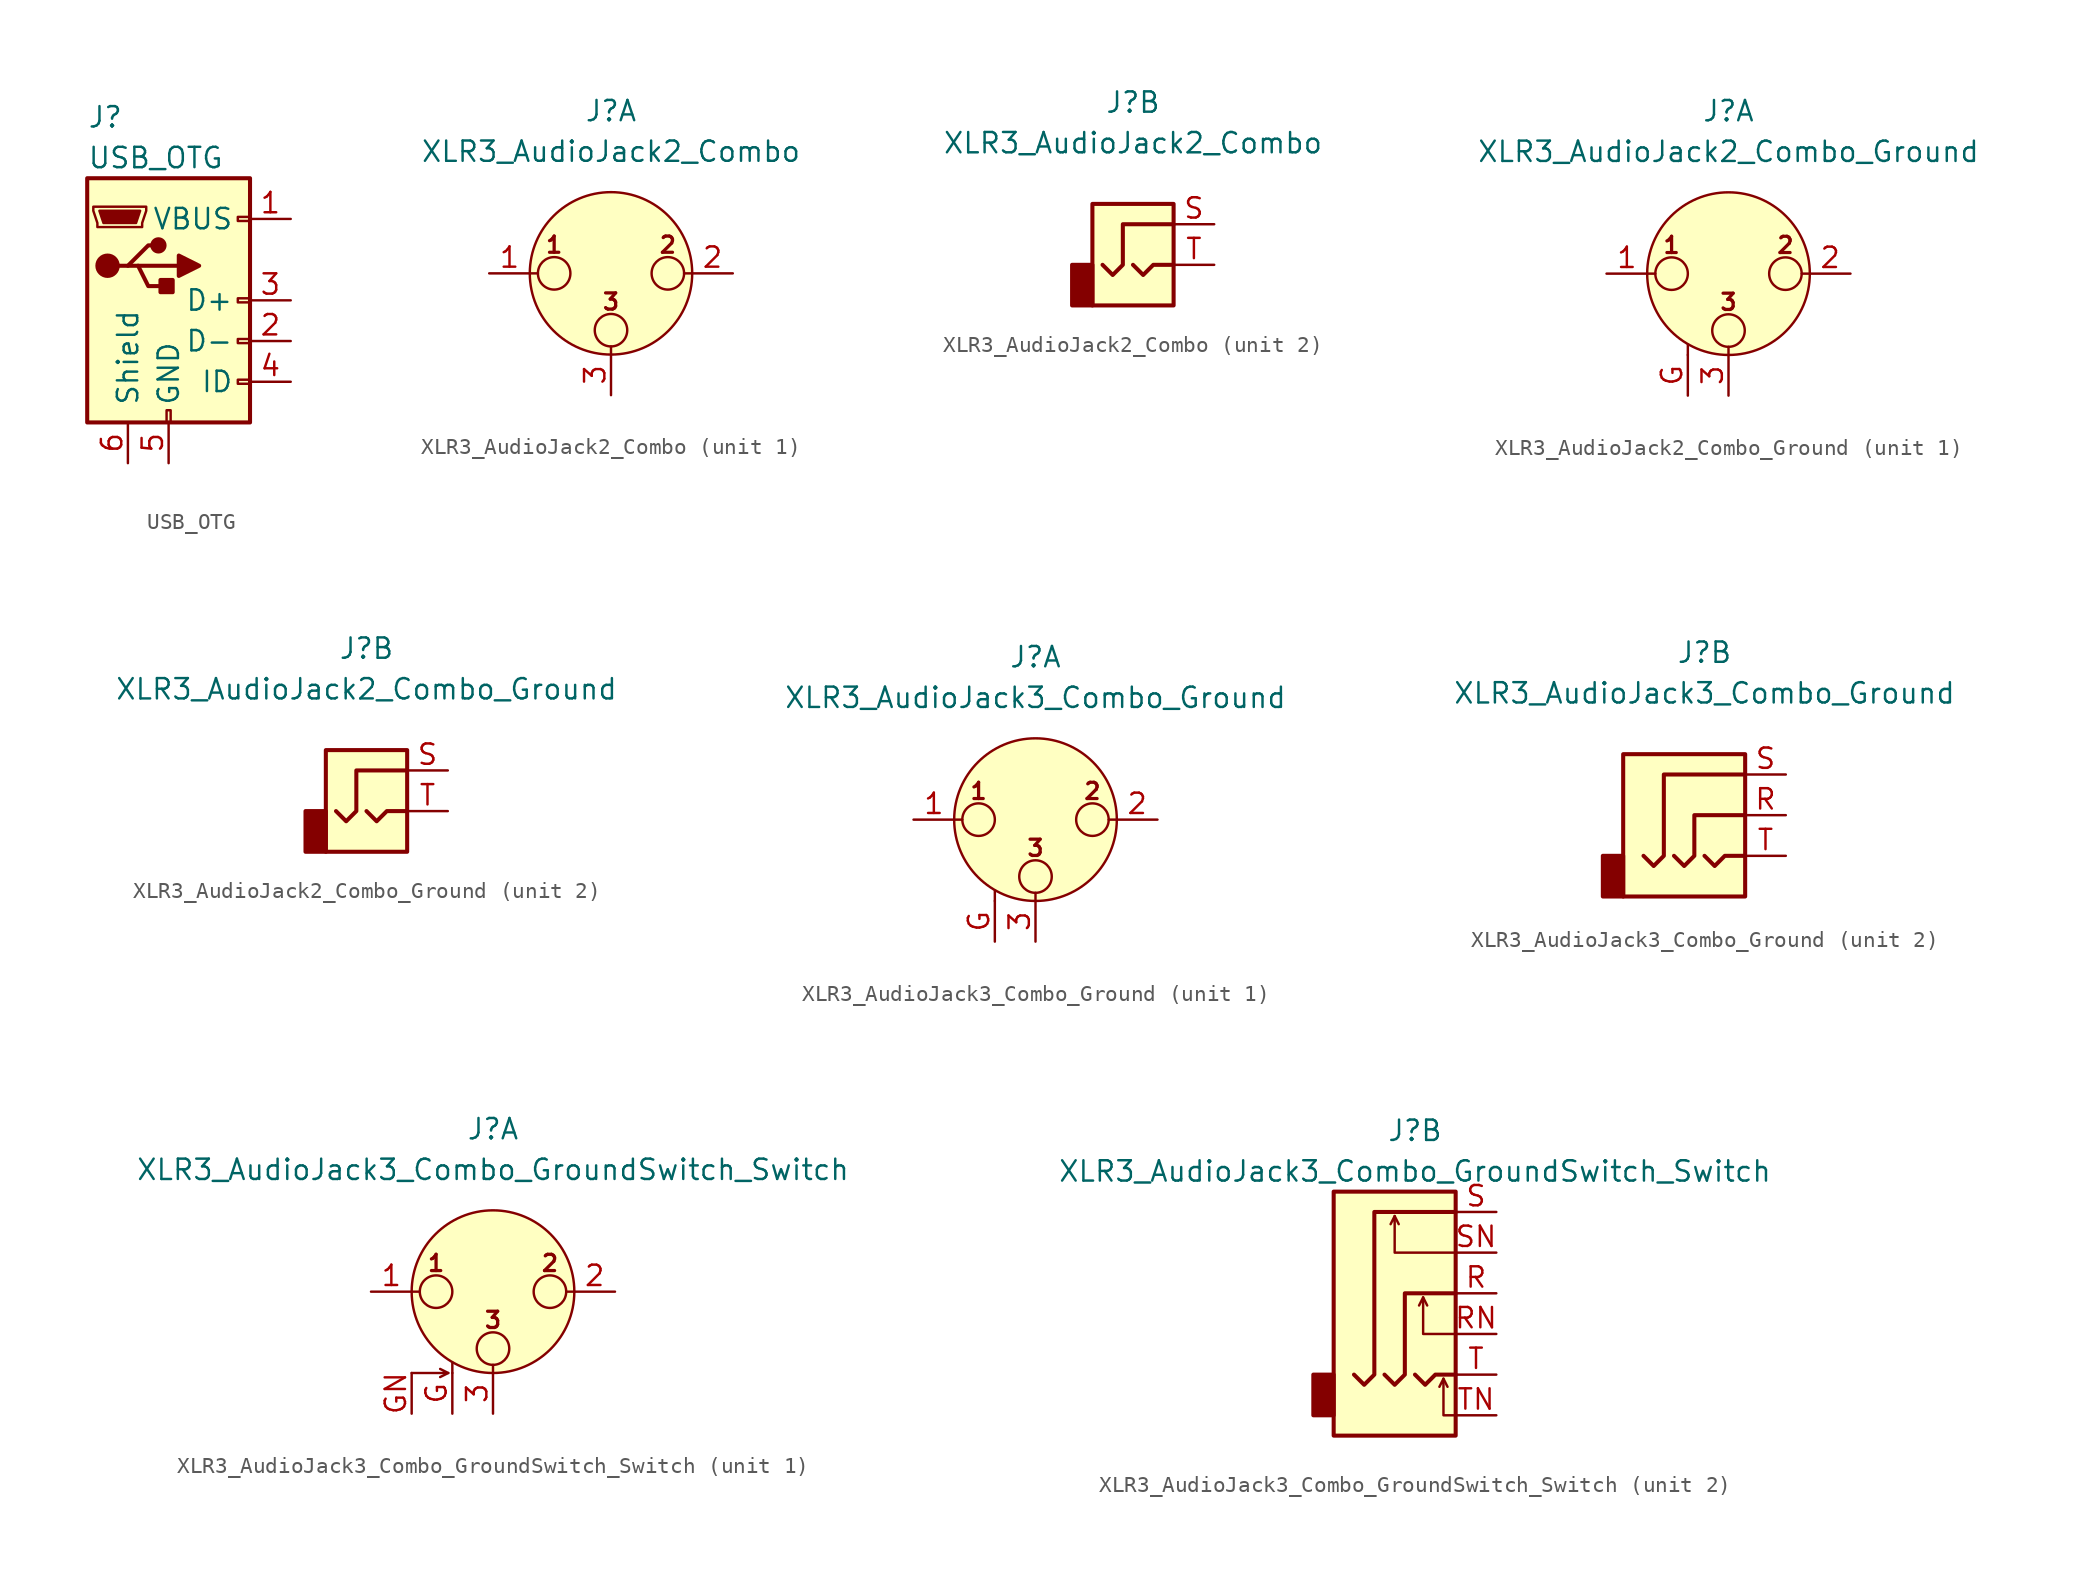
<source format=kicad_sym>
(kicad_symbol_lib
  (version 20210619)
  (generator kicad_symbol_editor)
  (symbol "Connector:USB_OTG"
    (pin_names
      (offset 1.016))
    (property "Reference" "J"
      (at -5.08 11.43 0)
      (effects (font (size 1.27 1.27)) (justify left)))
    (property "Value" "USB_OTG"
      (at -5.08 8.89 0)
      (effects (font (size 1.27 1.27)) (justify left)))
    (symbol "USB_OTG_0_1"
      (circle (center -3.81 2.159) (radius 0.635) (stroke (width 0.254)) (fill (type outline)))
      (circle (center -0.635 3.429) (radius 0.381) (stroke (width 0.254)) (fill (type outline)))
      (rectangle (start -0.127 -7.62) (end 0.127 -6.858) (stroke (width 0)) (fill (type none)))
      (rectangle (start 5.08 -5.207) (end 4.318 -4.953) (stroke (width 0)) (fill (type none)))
      (rectangle (start 5.08 -2.667) (end 4.318 -2.413) (stroke (width 0)) (fill (type none)))
      (rectangle (start 5.08 -0.127) (end 4.318 0.127) (stroke (width 0)) (fill (type none)))
      (rectangle (start 5.08 4.953) (end 4.318 5.207) (stroke (width 0)) (fill (type none)))
      (rectangle (start 0.254 1.27) (end -0.508 0.508) (stroke (width 0.254)) (fill (type outline)))
      (rectangle (start -5.08 -7.62) (end 5.08 7.62) (stroke (width 0.254)) (fill (type background)))
      (polyline (pts (xy -1.905 2.159) (xy 0.635 2.159)) (stroke (width 0.254)) (fill (type none)))
      (polyline (pts (xy -3.175 2.159) (xy -2.54 2.159) (xy -1.27 3.429) (xy -0.635 3.429)) (stroke (width 0.254)) (fill (type none)))
      (polyline (pts (xy -2.54 2.159) (xy -1.905 2.159) (xy -1.27 0.889) (xy 0 0.889)) (stroke (width 0.254)) (fill (type none)))
      (polyline (pts (xy -4.699 5.842) (xy -4.699 5.588) (xy -4.445 4.826) (xy -4.445 4.572) (xy -1.651 4.572) (xy -1.651 4.826) (xy -1.397 5.588) (xy -1.397 5.842) (xy -4.699 5.842)) (stroke (width 0)) (fill (type none)))
      (polyline (pts (xy 0.635 2.794) (xy 0.635 1.524) (xy 1.905 2.159) (xy 0.635 2.794)) (stroke (width 0.254)) (fill (type outline)))
      (polyline (pts (xy -4.318 5.588) (xy -1.778 5.588) (xy -2.032 4.826) (xy -4.064 4.826) (xy -4.318 5.588)) (stroke (width 0)) (fill (type outline))))
    (symbol "USB_OTG_1_1"
      (pin power_in line (at 7.62 5.08 180) (length 2.54) (name "VBUS" (effects (font (size 1.27 1.27)))) (number "1" (effects (font (size 1.27 1.27)))))
      (pin passive line (at 7.62 -2.54 180) (length 2.54) (name "D-" (effects (font (size 1.27 1.27)))) (number "2" (effects (font (size 1.27 1.27)))))
      (pin passive line (at 7.62 0 180) (length 2.54) (name "D+" (effects (font (size 1.27 1.27)))) (number "3" (effects (font (size 1.27 1.27)))))
      (pin passive line (at 7.62 -5.08 180) (length 2.54) (name "ID" (effects (font (size 1.27 1.27)))) (number "4" (effects (font (size 1.27 1.27)))))
      (pin power_in line (at 0 -10.16 90) (length 2.54) (name "GND" (effects (font (size 1.27 1.27)))) (number "5" (effects (font (size 1.27 1.27)))))
      (pin passive line (at -2.54 -10.16 90) (length 2.54) (name "Shield" (effects (font (size 1.27 1.27)))) (number "6" (effects (font (size 1.27 1.27)))))))
  (symbol "Connector:XLR3_AudioJack2_Combo"
    (pin_names hide)
    (property "Reference" "J"
      (at 0 10.16 0)
      (effects (font (size 1.27 1.27))))
    (property "Value" "XLR3_AudioJack2_Combo"
      (at 0 7.62 0)
      (effects (font (size 1.27 1.27))))
    (symbol "XLR3_AudioJack2_Combo_1_1"
      (circle (center -3.556 0) (radius 1.016) (stroke (width 0)) (fill (type none)))
      (circle (center 0 -3.556) (radius 1.016) (stroke (width 0)) (fill (type none)))
      (circle (center 3.556 0) (radius 1.016) (stroke (width 0)) (fill (type none)))
      (circle (center 0 0) (radius 5.08) (stroke (width 0)) (fill (type background)))
      (text "1" (at -3.556 1.778 0) (effects (font (size 1.016 1.016) bold)))
      (text "2" (at 3.556 1.778 0) (effects (font (size 1.016 1.016) bold)))
      (text "3" (at 0 -1.778 0) (effects (font (size 1.016 1.016) bold)))
      (polyline (pts (xy -5.08 0) (xy -4.572 0)) (stroke (width 0)) (fill (type none)))
      (polyline (pts (xy 0 -5.08) (xy 0 -4.572)) (stroke (width 0)) (fill (type none)))
      (polyline (pts (xy 5.08 0) (xy 4.572 0)) (stroke (width 0)) (fill (type none)))
      (pin passive line (at -7.62 0 0) (length 2.54) (name "~" (effects (font (size 1.27 1.27)))) (number "1" (effects (font (size 1.27 1.27)))))
      (pin passive line (at 7.62 0 180) (length 2.54) (name "~" (effects (font (size 1.27 1.27)))) (number "2" (effects (font (size 1.27 1.27)))))
      (pin passive line (at 0 -7.62 90) (length 2.54) (name "~" (effects (font (size 1.27 1.27)))) (number "3" (effects (font (size 1.27 1.27))))))
    (symbol "XLR3_AudioJack2_Combo_2_1"
      (rectangle (start -2.54 0) (end -3.81 -2.54) (stroke (width 0.254)) (fill (type outline)))
      (rectangle (start 2.54 3.81) (end -2.54 -2.54) (stroke (width 0.254)) (fill (type background)))
      (polyline (pts (xy 0 0) (xy 0.635 -0.635) (xy 1.27 0) (xy 2.54 0)) (stroke (width 0.254)) (fill (type none)))
      (polyline (pts (xy 2.54 2.54) (xy -0.635 2.54) (xy -0.635 0) (xy -1.27 -0.635) (xy -1.905 0)) (stroke (width 0.254)) (fill (type none)))
      (pin passive line (at 5.08 2.54 180) (length 2.54) (name "~" (effects (font (size 1.27 1.27)))) (number "S" (effects (font (size 1.27 1.27)))))
      (pin passive line (at 5.08 0 180) (length 2.54) (name "~" (effects (font (size 1.27 1.27)))) (number "T" (effects (font (size 1.27 1.27)))))))
  (symbol "Connector:XLR3_AudioJack2_Combo_Ground"
    (pin_names hide)
    (property "Reference" "J"
      (at 0 10.16 0)
      (effects (font (size 1.27 1.27))))
    (property "Value" "XLR3_AudioJack2_Combo_Ground"
      (at 0 7.62 0)
      (effects (font (size 1.27 1.27))))
    (symbol "XLR3_AudioJack2_Combo_Ground_1_1"
      (circle (center -3.556 0) (radius 1.016) (stroke (width 0)) (fill (type none)))
      (circle (center 0 -3.556) (radius 1.016) (stroke (width 0)) (fill (type none)))
      (circle (center 3.556 0) (radius 1.016) (stroke (width 0)) (fill (type none)))
      (circle (center 0 0) (radius 5.08) (stroke (width 0)) (fill (type background)))
      (text "1" (at -3.556 1.778 0) (effects (font (size 1.016 1.016) bold)))
      (text "2" (at 3.556 1.778 0) (effects (font (size 1.016 1.016) bold)))
      (text "3" (at 0 -1.778 0) (effects (font (size 1.016 1.016) bold)))
      (polyline (pts (xy -5.08 0) (xy -4.572 0)) (stroke (width 0)) (fill (type none)))
      (polyline (pts (xy -2.54 -5.08) (xy -2.54 -4.445)) (stroke (width 0)) (fill (type none)))
      (polyline (pts (xy 0 -5.08) (xy 0 -4.572)) (stroke (width 0)) (fill (type none)))
      (polyline (pts (xy 5.08 0) (xy 4.572 0)) (stroke (width 0)) (fill (type none)))
      (pin passive line (at -7.62 0 0) (length 2.54) (name "~" (effects (font (size 1.27 1.27)))) (number "1" (effects (font (size 1.27 1.27)))))
      (pin passive line (at 7.62 0 180) (length 2.54) (name "~" (effects (font (size 1.27 1.27)))) (number "2" (effects (font (size 1.27 1.27)))))
      (pin passive line (at 0 -7.62 90) (length 2.54) (name "~" (effects (font (size 1.27 1.27)))) (number "3" (effects (font (size 1.27 1.27)))))
      (pin passive line (at -2.54 -7.62 90) (length 2.54) (name "~" (effects (font (size 1.27 1.27)))) (number "G" (effects (font (size 1.27 1.27))))))
    (symbol "XLR3_AudioJack2_Combo_Ground_2_1"
      (rectangle (start -2.54 0) (end -3.81 -2.54) (stroke (width 0.254)) (fill (type outline)))
      (rectangle (start 2.54 3.81) (end -2.54 -2.54) (stroke (width 0.254)) (fill (type background)))
      (polyline (pts (xy 0 0) (xy 0.635 -0.635) (xy 1.27 0) (xy 2.54 0)) (stroke (width 0.254)) (fill (type none)))
      (polyline (pts (xy 2.54 2.54) (xy -0.635 2.54) (xy -0.635 0) (xy -1.27 -0.635) (xy -1.905 0)) (stroke (width 0.254)) (fill (type none)))
      (pin passive line (at 5.08 2.54 180) (length 2.54) (name "~" (effects (font (size 1.27 1.27)))) (number "S" (effects (font (size 1.27 1.27)))))
      (pin passive line (at 5.08 0 180) (length 2.54) (name "~" (effects (font (size 1.27 1.27)))) (number "T" (effects (font (size 1.27 1.27)))))))
  (symbol "Connector:XLR3_AudioJack3_Combo_Ground"
    (pin_names hide)
    (property "Reference" "J"
      (at 0 10.16 0)
      (effects (font (size 1.27 1.27))))
    (property "Value" "XLR3_AudioJack3_Combo_Ground"
      (at 0 7.62 0)
      (effects (font (size 1.27 1.27))))
    (symbol "XLR3_AudioJack3_Combo_Ground_1_1"
      (circle (center -3.556 0) (radius 1.016) (stroke (width 0)) (fill (type none)))
      (circle (center 0 -3.556) (radius 1.016) (stroke (width 0)) (fill (type none)))
      (circle (center 3.556 0) (radius 1.016) (stroke (width 0)) (fill (type none)))
      (circle (center 0 0) (radius 5.08) (stroke (width 0)) (fill (type background)))
      (text "1" (at -3.556 1.778 0) (effects (font (size 1.016 1.016) bold)))
      (text "2" (at 3.556 1.778 0) (effects (font (size 1.016 1.016) bold)))
      (text "3" (at 0 -1.778 0) (effects (font (size 1.016 1.016) bold)))
      (polyline (pts (xy -5.08 0) (xy -4.572 0)) (stroke (width 0)) (fill (type none)))
      (polyline (pts (xy -2.54 -5.08) (xy -2.54 -4.445)) (stroke (width 0)) (fill (type none)))
      (polyline (pts (xy 0 -5.08) (xy 0 -4.572)) (stroke (width 0)) (fill (type none)))
      (polyline (pts (xy 5.08 0) (xy 4.572 0)) (stroke (width 0)) (fill (type none)))
      (pin passive line (at -7.62 0 0) (length 2.54) (name "~" (effects (font (size 1.27 1.27)))) (number "1" (effects (font (size 1.27 1.27)))))
      (pin passive line (at 7.62 0 180) (length 2.54) (name "~" (effects (font (size 1.27 1.27)))) (number "2" (effects (font (size 1.27 1.27)))))
      (pin passive line (at 0 -7.62 90) (length 2.54) (name "~" (effects (font (size 1.27 1.27)))) (number "3" (effects (font (size 1.27 1.27)))))
      (pin passive line (at -2.54 -7.62 90) (length 2.54) (name "~" (effects (font (size 1.27 1.27)))) (number "G" (effects (font (size 1.27 1.27))))))
    (symbol "XLR3_AudioJack3_Combo_Ground_2_1"
      (rectangle (start -5.08 -2.54) (end -6.35 -5.08) (stroke (width 0.254)) (fill (type outline)))
      (rectangle (start 2.54 3.81) (end -5.08 -5.08) (stroke (width 0.254)) (fill (type background)))
      (polyline (pts (xy 0 -2.54) (xy 0.635 -3.175) (xy 1.27 -2.54) (xy 2.54 -2.54)) (stroke (width 0.254)) (fill (type none)))
      (polyline (pts (xy -1.905 -2.54) (xy -1.27 -3.175) (xy -0.635 -2.54) (xy -0.635 0) (xy 2.54 0)) (stroke (width 0.254)) (fill (type none)))
      (polyline (pts (xy 2.54 2.54) (xy -2.54 2.54) (xy -2.54 -2.54) (xy -3.175 -3.175) (xy -3.81 -2.54)) (stroke (width 0.254)) (fill (type none)))
      (pin passive line (at 5.08 0 180) (length 2.54) (name "~" (effects (font (size 1.27 1.27)))) (number "R" (effects (font (size 1.27 1.27)))))
      (pin passive line (at 5.08 2.54 180) (length 2.54) (name "~" (effects (font (size 1.27 1.27)))) (number "S" (effects (font (size 1.27 1.27)))))
      (pin passive line (at 5.08 -2.54 180) (length 2.54) (name "~" (effects (font (size 1.27 1.27)))) (number "T" (effects (font (size 1.27 1.27)))))))
  (symbol "Connector:XLR3_AudioJack3_Combo_GroundSwitch_Switch"
    (pin_names hide)
    (property "Reference" "J"
      (at 0 10.16 0)
      (effects (font (size 1.27 1.27))))
    (property "Value" "XLR3_AudioJack3_Combo_GroundSwitch_Switch"
      (at 0 7.62 0)
      (effects (font (size 1.27 1.27))))
    (symbol "XLR3_AudioJack3_Combo_GroundSwitch_Switch_1_1"
      (circle (center -3.556 0) (radius 1.016) (stroke (width 0)) (fill (type none)))
      (circle (center 0 -3.556) (radius 1.016) (stroke (width 0)) (fill (type none)))
      (circle (center 3.556 0) (radius 1.016) (stroke (width 0)) (fill (type none)))
      (circle (center 0 0) (radius 5.08) (stroke (width 0)) (fill (type background)))
      (text "1" (at -3.556 1.778 0) (effects (font (size 1.016 1.016) bold)))
      (text "2" (at 3.556 1.778 0) (effects (font (size 1.016 1.016) bold)))
      (text "3" (at 0 -1.778 0) (effects (font (size 1.016 1.016) bold)))
      (polyline (pts (xy -5.08 0) (xy -4.572 0)) (stroke (width 0)) (fill (type none)))
      (polyline (pts (xy -2.794 -5.08) (xy -3.302 -5.334)) (stroke (width 0)) (fill (type none)))
      (polyline (pts (xy -2.54 -5.08) (xy -2.54 -4.445)) (stroke (width 0)) (fill (type none)))
      (polyline (pts (xy 0 -5.08) (xy 0 -4.572)) (stroke (width 0)) (fill (type none)))
      (polyline (pts (xy 5.08 0) (xy 4.572 0)) (stroke (width 0)) (fill (type none)))
      (polyline (pts (xy -5.08 -5.08) (xy -2.794 -5.08) (xy -3.302 -4.826)) (stroke (width 0)) (fill (type none)))
      (pin passive line (at -7.62 0 0) (length 2.54) (name "~" (effects (font (size 1.27 1.27)))) (number "1" (effects (font (size 1.27 1.27)))))
      (pin passive line (at 7.62 0 180) (length 2.54) (name "~" (effects (font (size 1.27 1.27)))) (number "2" (effects (font (size 1.27 1.27)))))
      (pin passive line (at 0 -7.62 90) (length 2.54) (name "~" (effects (font (size 1.27 1.27)))) (number "3" (effects (font (size 1.27 1.27)))))
      (pin passive line (at -2.54 -7.62 90) (length 2.54) (name "~" (effects (font (size 1.27 1.27)))) (number "G" (effects (font (size 1.27 1.27)))))
      (pin passive line (at -5.08 -7.62 90) (length 2.54) (name "~" (effects (font (size 1.27 1.27)))) (number "GN" (effects (font (size 1.27 1.27))))))
    (symbol "XLR3_AudioJack3_Combo_GroundSwitch_Switch_2_1"
      (rectangle (start -5.08 -5.08) (end -6.35 -7.62) (stroke (width 0.254)) (fill (type outline)))
      (rectangle (start 2.54 6.35) (end -5.08 -8.89) (stroke (width 0.254)) (fill (type background)))
      (polyline (pts (xy -1.27 4.826) (xy -1.016 4.318)) (stroke (width 0)) (fill (type none)))
      (polyline (pts (xy 0.508 -0.254) (xy 0.762 -0.762)) (stroke (width 0)) (fill (type none)))
      (polyline (pts (xy 1.778 -5.334) (xy 2.032 -5.842)) (stroke (width 0)) (fill (type none)))
      (polyline (pts (xy 0 -5.08) (xy 0.635 -5.715) (xy 1.27 -5.08) (xy 2.54 -5.08)) (stroke (width 0.254)) (fill (type none)))
      (polyline (pts (xy 2.54 -7.62) (xy 1.778 -7.62) (xy 1.778 -5.334) (xy 1.524 -5.842)) (stroke (width 0)) (fill (type none)))
      (polyline (pts (xy 2.54 -2.54) (xy 0.508 -2.54) (xy 0.508 -0.254) (xy 0.254 -0.762)) (stroke (width 0)) (fill (type none)))
      (polyline (pts (xy 2.54 2.54) (xy -1.27 2.54) (xy -1.27 4.826) (xy -1.524 4.318)) (stroke (width 0)) (fill (type none)))
      (polyline (pts (xy -1.905 -5.08) (xy -1.27 -5.715) (xy -0.635 -5.08) (xy -0.635 0) (xy 2.54 0)) (stroke (width 0.254)) (fill (type none)))
      (polyline (pts (xy 2.54 5.08) (xy -2.54 5.08) (xy -2.54 -5.08) (xy -3.175 -5.715) (xy -3.81 -5.08)) (stroke (width 0.254)) (fill (type none)))
      (pin passive line (at 5.08 0 180) (length 2.54) (name "~" (effects (font (size 1.27 1.27)))) (number "R" (effects (font (size 1.27 1.27)))))
      (pin passive line (at 5.08 -2.54 180) (length 2.54) (name "~" (effects (font (size 1.27 1.27)))) (number "RN" (effects (font (size 1.27 1.27)))))
      (pin passive line (at 5.08 5.08 180) (length 2.54) (name "~" (effects (font (size 1.27 1.27)))) (number "S" (effects (font (size 1.27 1.27)))))
      (pin passive line (at 5.08 2.54 180) (length 2.54) (name "~" (effects (font (size 1.27 1.27)))) (number "SN" (effects (font (size 1.27 1.27)))))
      (pin passive line (at 5.08 -5.08 180) (length 2.54) (name "~" (effects (font (size 1.27 1.27)))) (number "T" (effects (font (size 1.27 1.27)))))
      (pin passive line (at 5.08 -7.62 180) (length 2.54) (name "~" (effects (font (size 1.27 1.27)))) (number "TN" (effects (font (size 1.27 1.27))))))))
</source>
